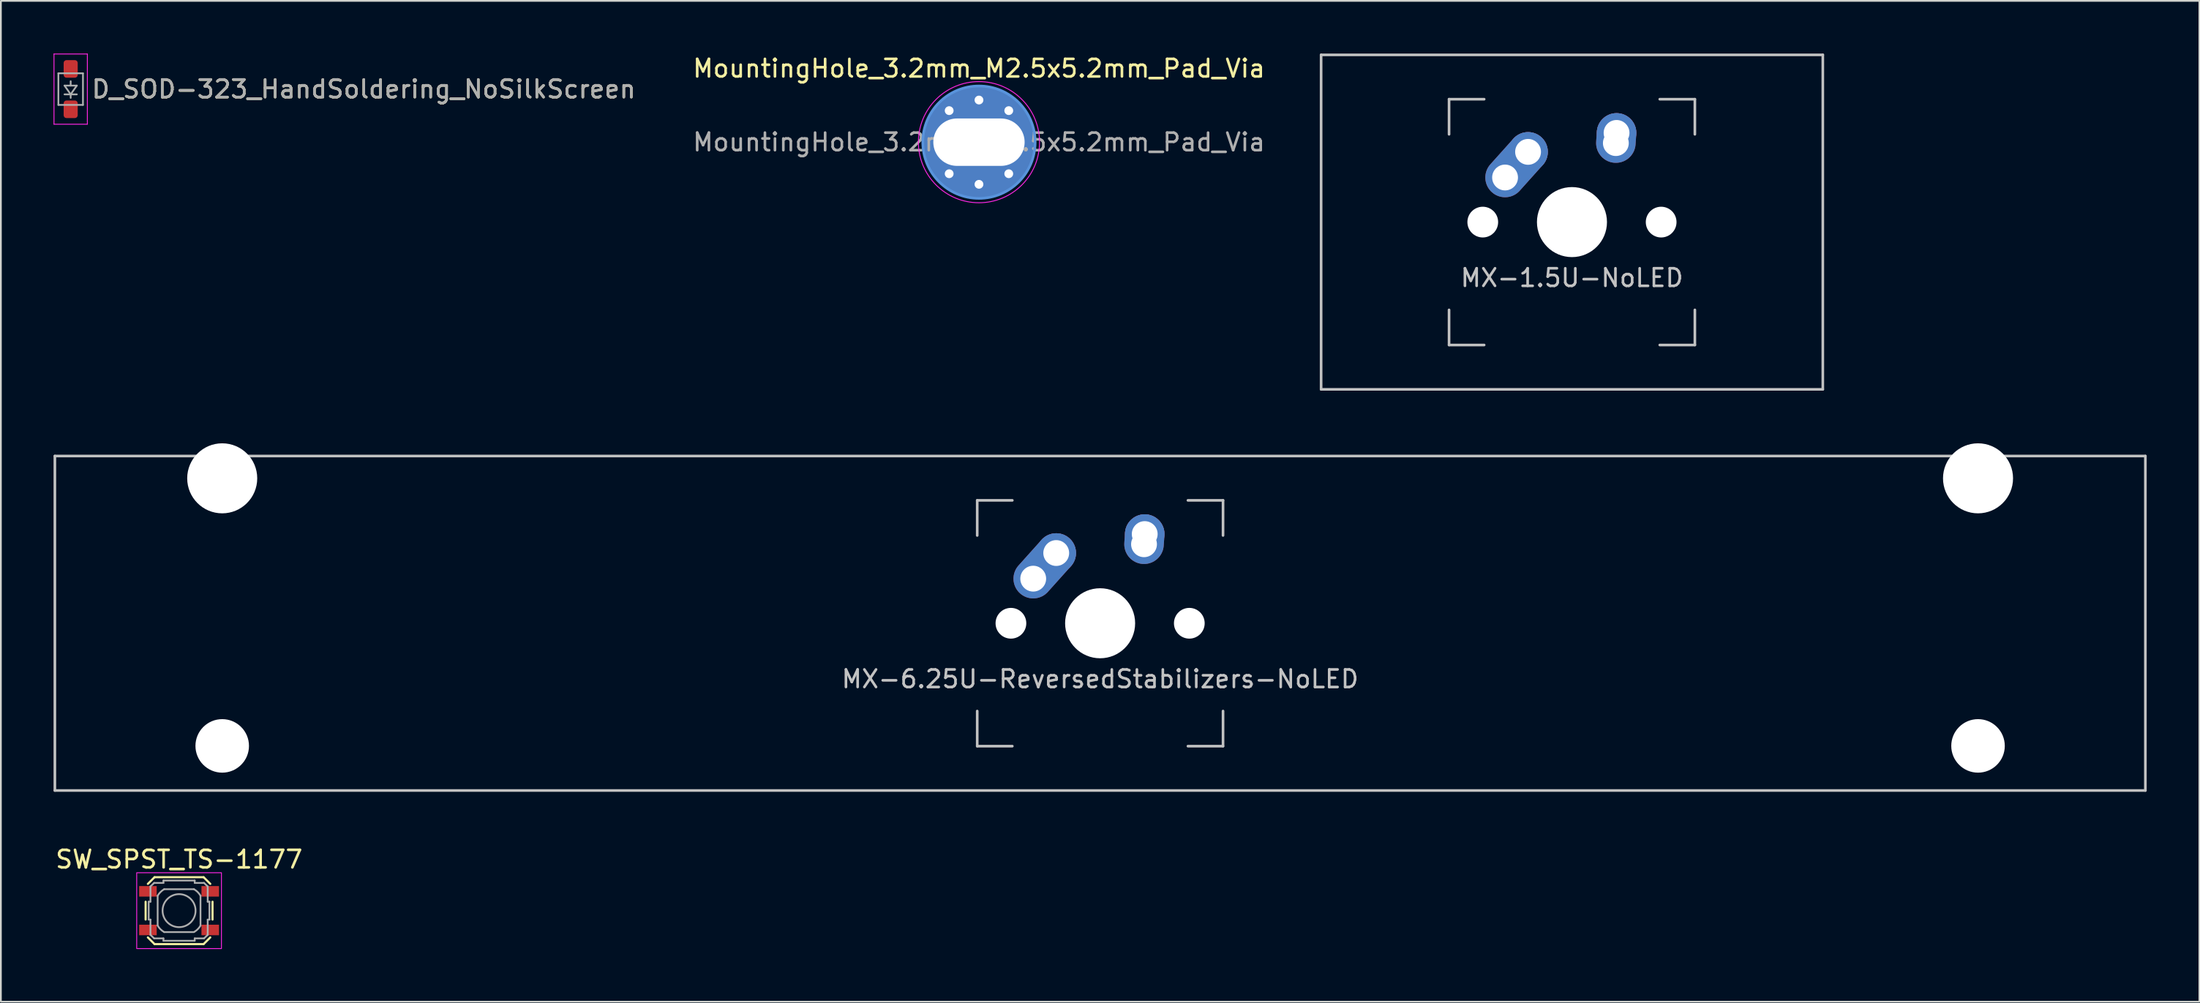
<source format=kicad_pcb>
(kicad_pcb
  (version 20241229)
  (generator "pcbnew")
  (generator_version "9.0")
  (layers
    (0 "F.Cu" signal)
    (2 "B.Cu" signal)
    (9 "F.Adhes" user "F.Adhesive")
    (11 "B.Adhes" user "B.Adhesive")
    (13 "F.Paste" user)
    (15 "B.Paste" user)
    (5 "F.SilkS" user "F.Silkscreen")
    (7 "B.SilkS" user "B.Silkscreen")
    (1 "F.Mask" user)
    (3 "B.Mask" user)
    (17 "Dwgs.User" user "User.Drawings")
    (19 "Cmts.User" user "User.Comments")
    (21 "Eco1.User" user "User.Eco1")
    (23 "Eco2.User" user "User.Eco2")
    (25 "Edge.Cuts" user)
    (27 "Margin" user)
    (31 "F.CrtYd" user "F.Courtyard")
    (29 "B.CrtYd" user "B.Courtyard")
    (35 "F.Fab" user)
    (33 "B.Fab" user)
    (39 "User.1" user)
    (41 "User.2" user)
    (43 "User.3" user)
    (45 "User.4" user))
  (footprint "SW_SPST_TS-1177"
    (layer "F.Cu")
    (at 7.149 48.818)
    (property "Reference" "SW_SPST_TS-1177" (at 0 -2.921 0) (layer "F.SilkS") (effects (font (size 1 1) (thickness 0.15))))
    (attr smd)
    (fp_line (start -1.905 -0.508) (end -1.905 0.508) (stroke (width 0.12) (type solid)) (layer "F.SilkS"))
    (fp_line (start -1.778 1.524) (end -1.397 1.905) (stroke (width 0.12) (type solid)) (layer "F.SilkS"))
    (fp_line (start -1.397 -1.905) (end -1.778 -1.524) (stroke (width 0.12) (type solid)) (layer "F.SilkS"))
    (fp_line (start -1.397 -1.905) (end 1.397 -1.905) (stroke (width 0.12) (type solid)) (layer "F.SilkS"))
    (fp_line (start 1.397 1.905) (end -1.397 1.905) (stroke (width 0.12) (type solid)) (layer "F.SilkS"))
    (fp_line (start 1.397 1.905) (end 1.778 1.524) (stroke (width 0.12) (type solid)) (layer "F.SilkS"))
    (fp_line (start 1.778 -1.524) (end 1.397 -1.905) (stroke (width 0.12) (type solid)) (layer "F.SilkS"))
    (fp_line (start 1.905 0.508) (end 1.905 -0.508) (stroke (width 0.12) (type solid)) (layer "F.SilkS"))
    (fp_rect (start -2.413 -2.159) (end 2.413 2.159) (stroke (width 0.05) (type solid)) (fill no) (layer "F.CrtYd"))
    (fp_line (start -1.73 -0.51) (end -1.73 0.51) (stroke (width 0.1) (type solid)) (layer "F.Fab"))
    (fp_line (start -1.63 -1.38) (end -1.63 -0.51) (stroke (width 0.1) (type solid)) (layer "F.Fab"))
    (fp_line (start -1.63 -1.38) (end -1.42 -1.58) (stroke (width 0.1) (type solid)) (layer "F.Fab"))
    (fp_line (start -1.63 -0.51) (end -1.73 -0.51) (stroke (width 0.1) (type solid)) (layer "F.Fab"))
    (fp_line (start -1.63 0.51) (end -1.73 0.51) (stroke (width 0.1) (type solid)) (layer "F.Fab"))
    (fp_line (start -1.63 0.51) (end -1.63 1.38) (stroke (width 0.1) (type solid)) (layer "F.Fab"))
    (fp_line (start -1.63 1.38) (end -1.42 1.58) (stroke (width 0.1) (type solid)) (layer "F.Fab"))
    (fp_line (start -1.42 -1.58) (end -0.89 -1.58) (stroke (width 0.1) (type solid)) (layer "F.Fab"))
    (fp_line (start -1.22 -0.85) (end -1.22 0.85) (stroke (width 0.1) (type solid)) (layer "F.Fab"))
    (fp_line (start -0.89 -1.715) (end -0.89 -1.58) (stroke (width 0.1) (type solid)) (layer "F.Fab"))
    (fp_line (start -0.89 1.58) (end -1.42 1.58) (stroke (width 0.1) (type solid)) (layer "F.Fab"))
    (fp_line (start -0.89 1.715) (end -0.89 1.58) (stroke (width 0.1) (type solid)) (layer "F.Fab"))
    (fp_line (start -0.89 1.715) (end 0.89 1.715) (stroke (width 0.1) (type solid)) (layer "F.Fab"))
    (fp_line (start -0.85 -1.22) (end 0.85 -1.22) (stroke (width 0.1) (type solid)) (layer "F.Fab"))
    (fp_line (start 0.85 1.22) (end -0.85 1.22) (stroke (width 0.1) (type solid)) (layer "F.Fab"))
    (fp_line (start 0.89 -1.715) (end -0.89 -1.715) (stroke (width 0.1) (type solid)) (layer "F.Fab"))
    (fp_line (start 0.89 -1.715) (end 0.89 -1.58) (stroke (width 0.1) (type solid)) (layer "F.Fab"))
    (fp_line (start 0.89 -1.58) (end 1.42 -1.58) (stroke (width 0.1) (type solid)) (layer "F.Fab"))
    (fp_line (start 0.89 1.715) (end 0.89 1.58) (stroke (width 0.1) (type solid)) (layer "F.Fab"))
    (fp_line (start 1.22 -0.85) (end 1.22 0.85) (stroke (width 0.1) (type solid)) (layer "F.Fab"))
    (fp_line (start 1.42 -1.58) (end 1.63 -1.38) (stroke (width 0.1) (type solid)) (layer "F.Fab"))
    (fp_line (start 1.42 1.58) (end 0.89 1.58) (stroke (width 0.1) (type solid)) (layer "F.Fab"))
    (fp_line (start 1.63 -0.509) (end 1.63 -1.38) (stroke (width 0.1) (type solid)) (layer "F.Fab"))
    (fp_line (start 1.63 -0.509) (end 1.73 -0.509) (stroke (width 0.1) (type solid)) (layer "F.Fab"))
    (fp_line (start 1.63 0.511) (end 1.73 0.511) (stroke (width 0.1) (type solid)) (layer "F.Fab"))
    (fp_line (start 1.63 1.38) (end 1.42 1.58) (stroke (width 0.1) (type solid)) (layer "F.Fab"))
    (fp_line (start 1.63 1.38) (end 1.63 0.511) (stroke (width 0.1) (type solid)) (layer "F.Fab"))
    (fp_line (start 1.73 0.511) (end 1.73 -0.509) (stroke (width 0.1) (type solid)) (layer "F.Fab"))
    (fp_arc (start -1.22 -0.85) (mid -1.059356 -1.059356) (end -0.85 -1.22) (stroke (width 0.1) (type solid)) (layer "F.Fab"))
    (fp_arc (start -0.85 1.22) (mid -1.059356 1.059356) (end -1.22 0.85) (stroke (width 0.1) (type solid)) (layer "F.Fab"))
    (fp_arc (start 0.85 -1.22) (mid 1.059356 -1.059356) (end 1.22 -0.85) (stroke (width 0.1) (type solid)) (layer "F.Fab"))
    (fp_arc (start 1.22 0.85) (mid 1.067883 1.051457) (end 0.868808 1.206678) (stroke (width 0.1) (type solid)) (layer "F.Fab"))
    (fp_circle (center 0 0) (end 0.94 0) (stroke (width 0.1) (type solid)) (fill no) (layer "F.Fab"))
    (pad "1" smd rect (at -1.775 -1.1) (size 1 0.6) (layers "F.Cu" "F.Mask" "F.Paste"))
    (pad "1" smd rect (at 1.775 -1.1) (size 1 0.6) (layers "F.Cu" "F.Mask" "F.Paste"))
    (pad "2" smd rect (at -1.775 1.1) (size 1 0.6) (layers "F.Cu" "F.Mask" "F.Paste"))
    (pad "2" smd rect (at 1.775 1.1) (size 1 0.6) (layers "F.Cu" "F.Mask" "F.Paste")))
  (footprint "D_SOD-323_HandSoldering_NoSilkScreen"
    (layer "F.Cu")
    (at 0.975 2.025)
    (property "Reference" "D_SOD-323_HandSoldering_NoSilkScreen" (at 1.118 0 0) (layer "F.SilkS") (effects (font (size 1 1) (thickness 0.15)) (justify left)))
    (attr smd)
    (fp_line (start -0.95 -2) (end 0.95 -2) (stroke (width 0.05) (type solid)) (layer "F.CrtYd"))
    (fp_line (start -0.95 2) (end -0.95 -2) (stroke (width 0.05) (type solid)) (layer "F.CrtYd"))
    (fp_line (start -0.95 2) (end 0.95 2) (stroke (width 0.05) (type solid)) (layer "F.CrtYd"))
    (fp_line (start 0.95 2) (end 0.95 -2) (stroke (width 0.05) (type solid)) (layer "F.CrtYd"))
    (fp_line (start -0.7 -0.9) (end 0.7 -0.9) (stroke (width 0.1) (type solid)) (layer "F.Fab"))
    (fp_line (start -0.7 0.9) (end -0.7 -0.9) (stroke (width 0.1) (type solid)) (layer "F.Fab"))
    (fp_line (start -0.35 -0.2) (end 0.35 -0.2) (stroke (width 0.1) (type solid)) (layer "F.Fab"))
    (fp_line (start -0.35 0.3) (end 0.35 0.3) (stroke (width 0.1) (type solid)) (layer "F.Fab"))
    (fp_line (start 0 -0.2) (end 0 -0.45) (stroke (width 0.1) (type solid)) (layer "F.Fab"))
    (fp_line (start 0 0.3) (end -0.35 -0.2) (stroke (width 0.1) (type solid)) (layer "F.Fab"))
    (fp_line (start 0 0.3) (end 0 0.5) (stroke (width 0.1) (type solid)) (layer "F.Fab"))
    (fp_line (start 0.35 -0.2) (end 0 0.3) (stroke (width 0.1) (type solid)) (layer "F.Fab"))
    (fp_line (start 0.7 -0.9) (end 0.7 0.9) (stroke (width 0.1) (type solid)) (layer "F.Fab"))
    (fp_line (start 0.7 0.9) (end -0.7 0.9) (stroke (width 0.1) (type solid)) (layer "F.Fab"))
    (fp_text user "${REFERENCE}" (at 1.118 0 180) (layer "F.Fab") (effects (font (size 1 1) (thickness 0.15)) (justify left)))
    (pad "1" smd roundrect (at 0 1.15 90) (size 1 0.8) (layers "F.Cu" "F.Mask" "F.Paste") (roundrect_rratio 0.2))
    (pad "2" smd roundrect (at 0 -1.15 90) (size 1 0.8) (layers "F.Cu" "F.Mask" "F.Paste") (roundrect_rratio 0.2)))
  (footprint "MountingHole_3.2mm_M2.5x5.2mm_Pad_Via"
    (layer "F.Cu")
    (at 52.706 5.048)
    (property "Reference" "MountingHole_3.2mm_M2.5x5.2mm_Pad_Via" (at 0 -4.2 0) (layer "F.SilkS") (effects (font (size 1 1) (thickness 0.15))))
    (attr exclude_from_pos_files exclude_from_bom)
    (fp_circle (center 0 0) (end 3.2 0) (stroke (width 0.15) (type solid)) (fill no) (layer "Cmts.User"))
    (fp_circle (center 0 0) (end 3.45 0) (stroke (width 0.05) (type solid)) (fill no) (layer "F.CrtYd"))
    (fp_text user "${REFERENCE}" (at 0 0 0) (layer "F.Fab") (effects (font (size 1 1) (thickness 0.15))))
    (pad "1" thru_hole circle (at -1.697 -1.797) (size 0.8 0.8) (drill 0.5) (layers "*.Cu" "*.Mask"))
    (pad "1" thru_hole circle (at -1.697 1.797) (size 0.8 0.8) (drill 0.5) (layers "*.Cu" "*.Mask"))
    (pad "1" thru_hole circle (at 0 -2.4) (size 0.8 0.8) (drill 0.5) (layers "*.Cu" "*.Mask"))
    (pad "1" thru_hole circle (at 0 0) (size 6.4 6.4) (drill oval 5.2 2.7) (layers "*.Cu" "*.Mask"))
    (pad "1" thru_hole circle (at 0 2.4) (size 0.8 0.8) (drill 0.5) (layers "*.Cu" "*.Mask"))
    (pad "1" thru_hole circle (at 1.697 -1.797) (size 0.8 0.8) (drill 0.5) (layers "*.Cu" "*.Mask"))
    (pad "1" thru_hole circle (at 1.697 1.797) (size 0.8 0.8) (drill 0.5) (layers "*.Cu" "*.Mask")))
  (footprint "MX-1.5U-NoLED"
    (layer "F.Cu")
    (at 86.479 9.6)
    (property "Reference" "MX-1.5U-NoLED" (at 0 3.175 0) (layer "Dwgs.User") (effects (font (size 1 1) (thickness 0.15))))
    (attr through_hole)
    (fp_line (start -14.287 -9.525) (end 14.287 -9.525) (stroke (width 0.15) (type solid)) (layer "Dwgs.User"))
    (fp_line (start -14.287 9.525) (end -14.287 -9.525) (stroke (width 0.15) (type solid)) (layer "Dwgs.User"))
    (fp_line (start -7 -7) (end -7 -5) (stroke (width 0.15) (type solid)) (layer "Dwgs.User"))
    (fp_line (start -7 5) (end -7 7) (stroke (width 0.15) (type solid)) (layer "Dwgs.User"))
    (fp_line (start -7 7) (end -5 7) (stroke (width 0.15) (type solid)) (layer "Dwgs.User"))
    (fp_line (start -5 -7) (end -7 -7) (stroke (width 0.15) (type solid)) (layer "Dwgs.User"))
    (fp_line (start 5 -7) (end 7 -7) (stroke (width 0.15) (type solid)) (layer "Dwgs.User"))
    (fp_line (start 5 7) (end 7 7) (stroke (width 0.15) (type solid)) (layer "Dwgs.User"))
    (fp_line (start 7 -7) (end 7 -5) (stroke (width 0.15) (type solid)) (layer "Dwgs.User"))
    (fp_line (start 7 7) (end 7 5) (stroke (width 0.15) (type solid)) (layer "Dwgs.User"))
    (fp_line (start 14.287 -9.525) (end 14.287 9.525) (stroke (width 0.15) (type solid)) (layer "Dwgs.User"))
    (fp_line (start 14.287 9.525) (end -14.287 9.525) (stroke (width 0.15) (type solid)) (layer "Dwgs.User"))
    (pad "" np_thru_hole circle (at -5.08 0 48.1) (size 1.75 1.75) (drill 1.75) (layers "*.Cu" "*.Mask"))
    (pad "" np_thru_hole circle (at 0 0) (size 3.988 3.988) (drill 3.988) (layers "*.Cu" "*.Mask"))
    (pad "" np_thru_hole circle (at 5.08 0 48.1) (size 1.75 1.75) (drill 1.75) (layers "*.Cu" "*.Mask"))
    (pad "1" thru_hole oval (at -3.81 -2.54 48.099) (size 4.212 2.25) (drill 1.47 (offset 0.981 0)) (layers "*.Cu" "*.Mask"))
    (pad "1" thru_hole circle (at -2.5 -4) (size 2.25 2.25) (drill 1.47) (layers "*.Cu" "*.Mask"))
    (pad "2" thru_hole oval (at 2.5 -4.5 86.054) (size 2.831 2.25) (drill 1.47 (offset 0.291 0)) (layers "*.Cu" "*.Mask"))
    (pad "2" thru_hole circle (at 2.54 -5.08) (size 2.25 2.25) (drill 1.47) (layers "*.Cu" "*.Mask")))
  (footprint "MX-6.25U-ReversedStabilizers-NoLED"
    (layer "F.Cu")
    (at 59.606 32.449)
    (property "Reference" "MX-6.25U-ReversedStabilizers-NoLED" (at 0 3.175 0) (layer "Dwgs.User") (effects (font (size 1 1) (thickness 0.15))))
    (attr through_hole)
    (fp_line (start -59.531 -9.525) (end 59.531 -9.525) (stroke (width 0.15) (type solid)) (layer "Dwgs.User"))
    (fp_line (start -59.531 9.525) (end -59.531 -9.525) (stroke (width 0.15) (type solid)) (layer "Dwgs.User"))
    (fp_line (start -59.531 9.525) (end 59.531 9.525) (stroke (width 0.15) (type solid)) (layer "Dwgs.User"))
    (fp_line (start -7 -7) (end -7 -5) (stroke (width 0.15) (type solid)) (layer "Dwgs.User"))
    (fp_line (start -7 5) (end -7 7) (stroke (width 0.15) (type solid)) (layer "Dwgs.User"))
    (fp_line (start -7 7) (end -5 7) (stroke (width 0.15) (type solid)) (layer "Dwgs.User"))
    (fp_line (start -5 -7) (end -7 -7) (stroke (width 0.15) (type solid)) (layer "Dwgs.User"))
    (fp_line (start 5 -7) (end 7 -7) (stroke (width 0.15) (type solid)) (layer "Dwgs.User"))
    (fp_line (start 5 7) (end 7 7) (stroke (width 0.15) (type solid)) (layer "Dwgs.User"))
    (fp_line (start 7 -7) (end 7 -5) (stroke (width 0.15) (type solid)) (layer "Dwgs.User"))
    (fp_line (start 7 7) (end 7 5) (stroke (width 0.15) (type solid)) (layer "Dwgs.User"))
    (fp_line (start 59.531 -9.525) (end 59.531 9.525) (stroke (width 0.15) (type solid)) (layer "Dwgs.User"))
    (pad "" np_thru_hole circle (at -50 -8.255) (size 3.988 3.988) (drill 3.988) (layers "*.Cu" "*.Mask"))
    (pad "" np_thru_hole circle (at -50 6.985) (size 3.048 3.048) (drill 3.048) (layers "*.Cu" "*.Mask"))
    (pad "" np_thru_hole circle (at -5.08 0 48.1) (size 1.75 1.75) (drill 1.75) (layers "*.Cu" "*.Mask"))
    (pad "" np_thru_hole circle (at 0 0) (size 3.988 3.988) (drill 3.988) (layers "*.Cu" "*.Mask"))
    (pad "" np_thru_hole circle (at 5.08 0 48.1) (size 1.75 1.75) (drill 1.75) (layers "*.Cu" "*.Mask"))
    (pad "" np_thru_hole circle (at 50 -8.255) (size 3.988 3.988) (drill 3.988) (layers "*.Cu" "*.Mask"))
    (pad "" np_thru_hole circle (at 50 6.985) (size 3.048 3.048) (drill 3.048) (layers "*.Cu" "*.Mask"))
    (pad "1" thru_hole oval (at -3.81 -2.54 48.099) (size 4.212 2.25) (drill 1.47 (offset 0.981 0)) (layers "*.Cu" "*.Mask"))
    (pad "1" thru_hole circle (at -2.5 -4) (size 2.25 2.25) (drill 1.47) (layers "*.Cu" "*.Mask"))
    (pad "2" thru_hole oval (at 2.5 -4.5 86.054) (size 2.831 2.25) (drill 1.47 (offset 0.291 0)) (layers "*.Cu" "*.Mask"))
    (pad "2" thru_hole circle (at 2.54 -5.08) (size 2.25 2.25) (drill 1.47) (layers "*.Cu" "*.Mask")))
  (gr_rect
    (start -3 -3)
    (end 122.213 54.002)
    (stroke (width 0.1) (type default))
    (fill no)
    (layer "Edge.Cuts")))
</source>
